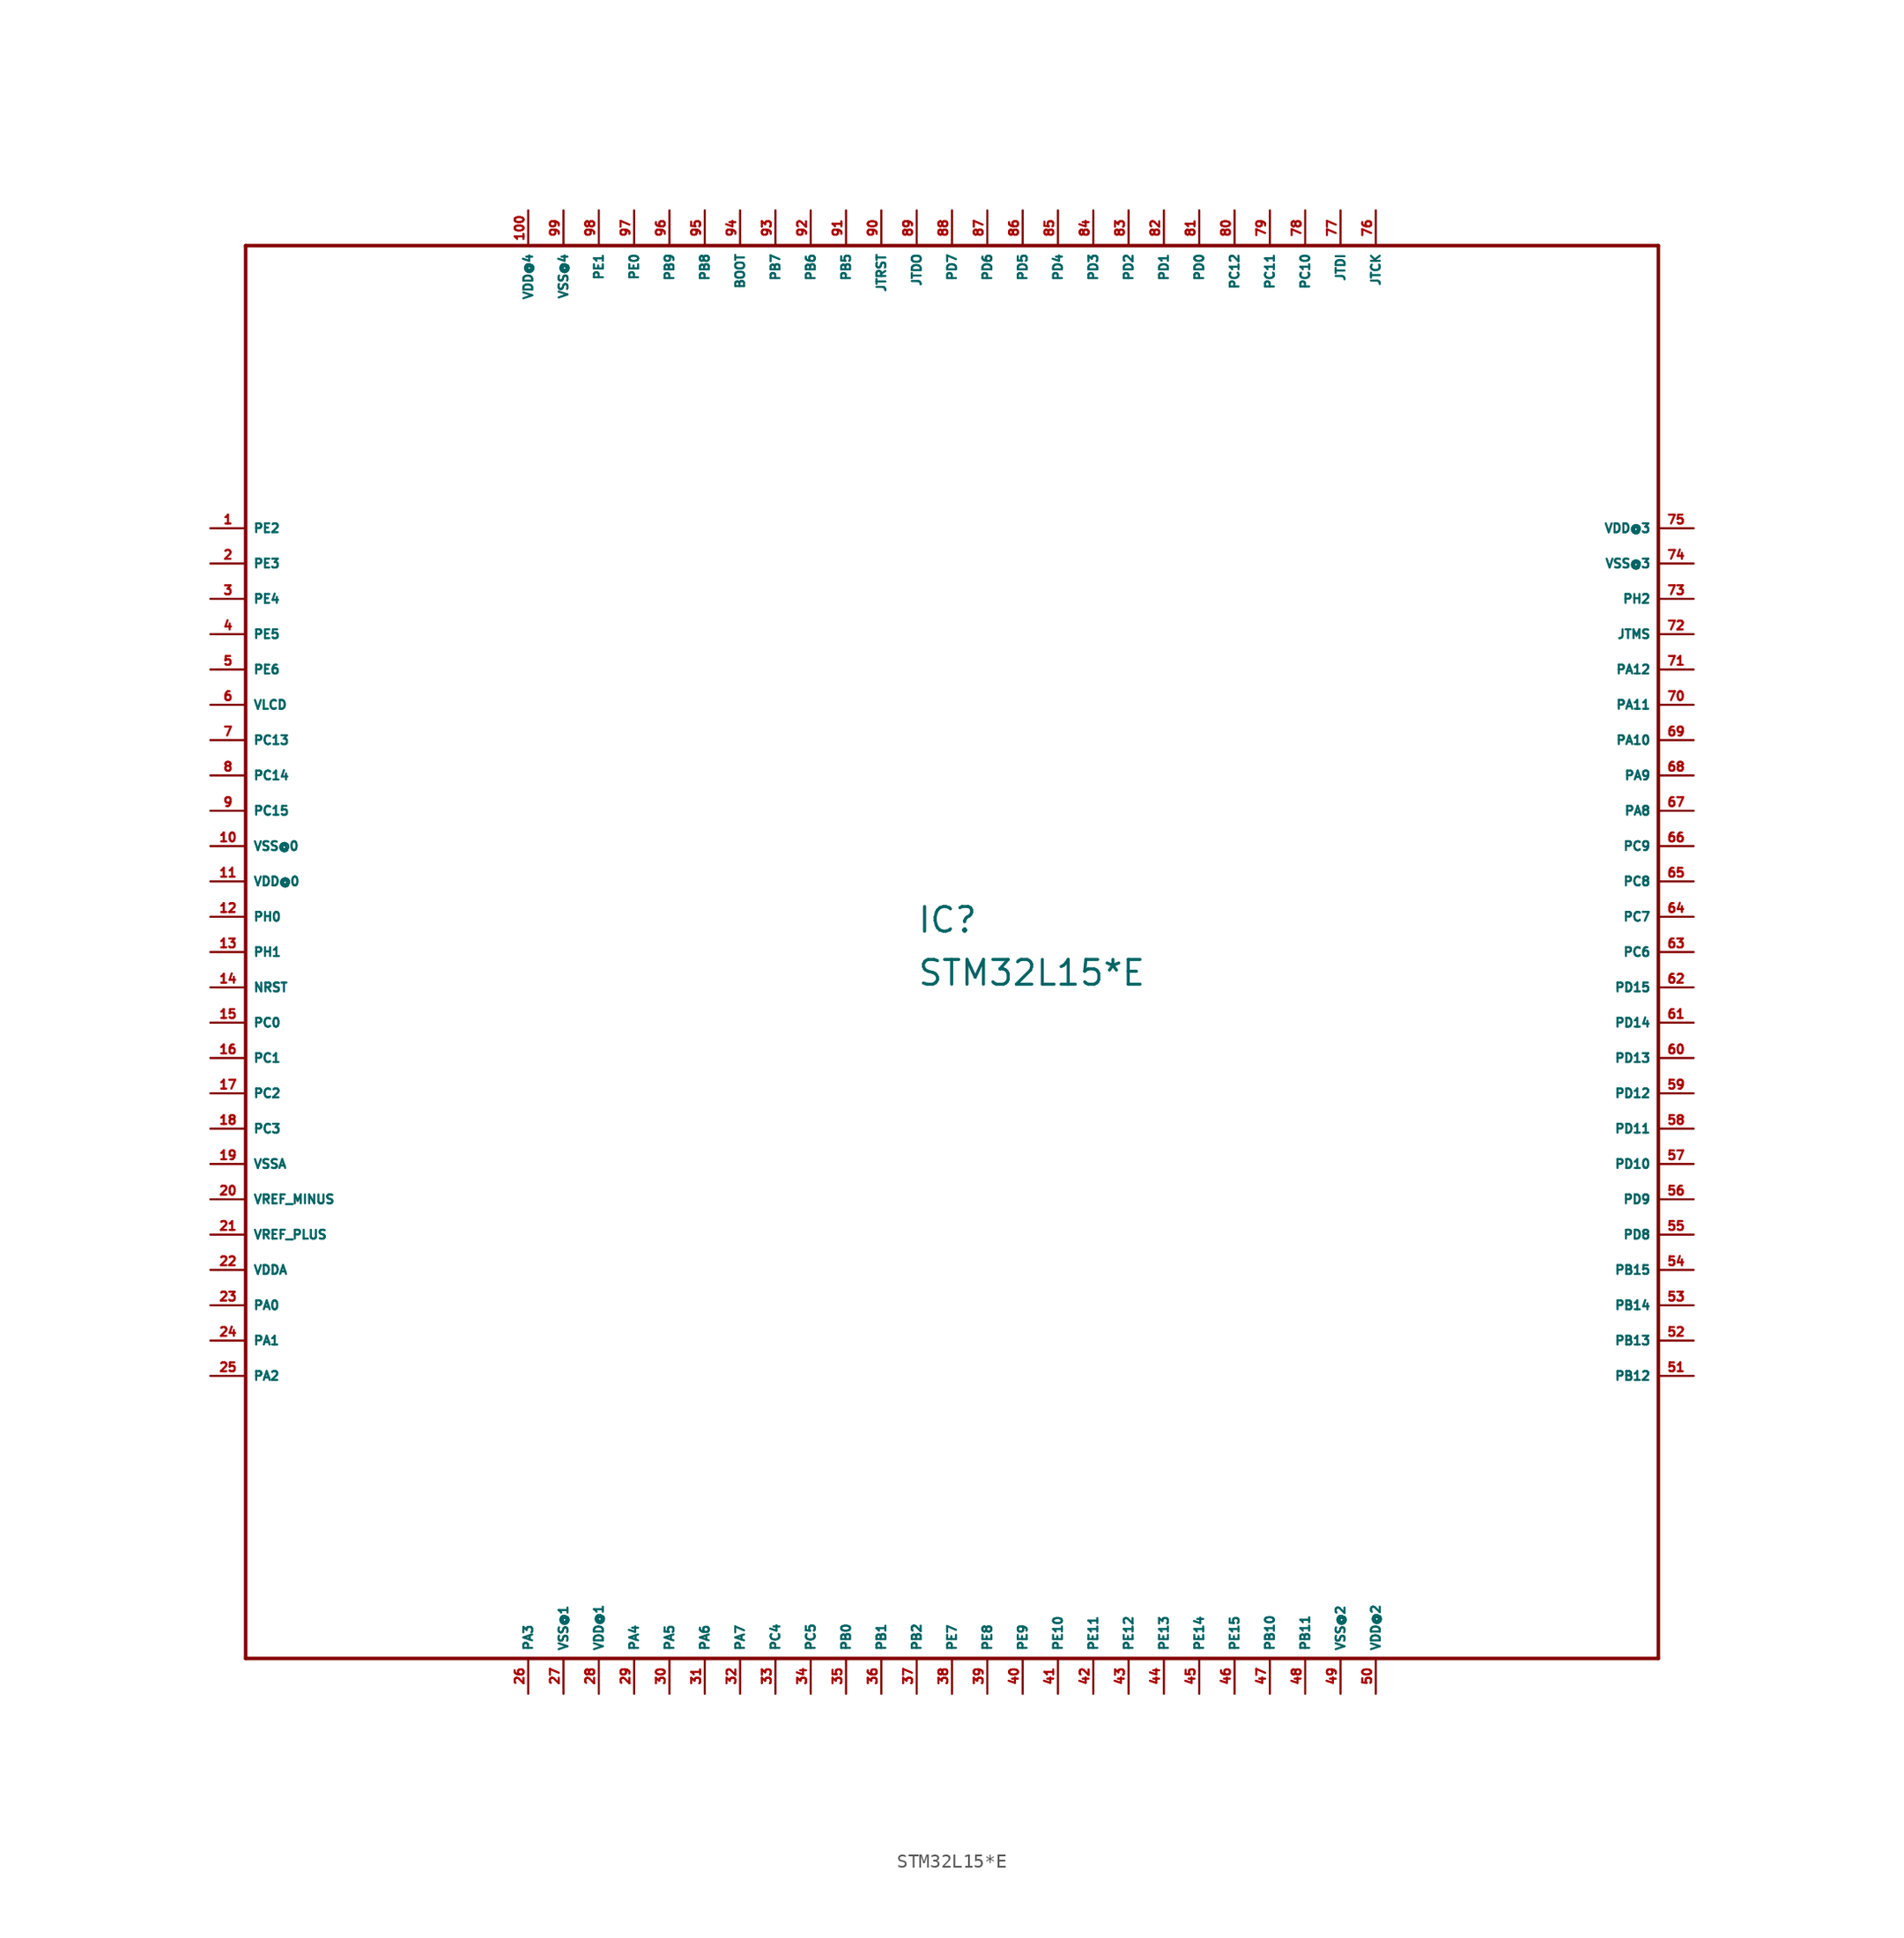
<source format=kicad_sym>
(kicad_symbol_lib
  (version 20220914)
  (generator Eagle2Kicad)
  (symbol "STM32L15*E"
    (property "Reference" "IC"
      (at -2.54 1.27 0)
      (effects (font (size 1.778 1.778) (thickness 0.22)) (justify left bottom)))
    (property "Value" "STM32L15*E"
      (at -2.54 -2.54 0)
      (effects (font (size 1.778 1.778) (thickness 0.22)) (justify left bottom)))
    (polyline
      (pts (xy -50.8 -50.8) (xy 50.8 -50.8))
      (stroke (width 0.254) (type default))
      (fill (type none)))
    (polyline
      (pts (xy 50.8 -50.8) (xy 50.8 50.8))
      (stroke (width 0.254) (type default))
      (fill (type none)))
    (polyline
      (pts (xy 50.8 50.8) (xy -50.8 50.8))
      (stroke (width 0.254) (type default))
      (fill (type none)))
    (polyline
      (pts (xy -50.8 50.8) (xy -50.8 -50.8))
      (stroke (width 0.254) (type default))
      (fill (type none)))
    (pin bidirectional line
      (at -53.34 30.48 0)
      (length 2.54)
      (name "PE2" (effects (font (size 0.635 0.635) (thickness 0.08)) (justify left bottom)))
      (number "1" (effects (font (size 0.635 0.635) (thickness 0.08)) (justify left bottom))))
    (pin bidirectional line
      (at -53.34 27.94 0)
      (length 2.54)
      (name "PE3" (effects (font (size 0.635 0.635) (thickness 0.08)) (justify left bottom)))
      (number "2" (effects (font (size 0.635 0.635) (thickness 0.08)) (justify left bottom))))
    (pin bidirectional line
      (at -53.34 25.4 0)
      (length 2.54)
      (name "PE4" (effects (font (size 0.635 0.635) (thickness 0.08)) (justify left bottom)))
      (number "3" (effects (font (size 0.635 0.635) (thickness 0.08)) (justify left bottom))))
    (pin bidirectional line
      (at -53.34 22.86 0)
      (length 2.54)
      (name "PE5" (effects (font (size 0.635 0.635) (thickness 0.08)) (justify left bottom)))
      (number "4" (effects (font (size 0.635 0.635) (thickness 0.08)) (justify left bottom))))
    (pin bidirectional line
      (at -53.34 20.32 0)
      (length 2.54)
      (name "PE6" (effects (font (size 0.635 0.635) (thickness 0.08)) (justify left bottom)))
      (number "5" (effects (font (size 0.635 0.635) (thickness 0.08)) (justify left bottom))))
    (pin passive line
      (at -53.34 17.78 0)
      (length 2.54)
      (name "VLCD" (effects (font (size 0.635 0.635) (thickness 0.08)) (justify left bottom)))
      (number "6" (effects (font (size 0.635 0.635) (thickness 0.08)) (justify left bottom))))
    (pin bidirectional line
      (at -53.34 15.24 0)
      (length 2.54)
      (name "PC13" (effects (font (size 0.635 0.635) (thickness 0.08)) (justify left bottom)))
      (number "7" (effects (font (size 0.635 0.635) (thickness 0.08)) (justify left bottom))))
    (pin bidirectional line
      (at -53.34 12.7 0)
      (length 2.54)
      (name "PC14" (effects (font (size 0.635 0.635) (thickness 0.08)) (justify left bottom)))
      (number "8" (effects (font (size 0.635 0.635) (thickness 0.08)) (justify left bottom))))
    (pin bidirectional line
      (at -53.34 10.16 0)
      (length 2.54)
      (name "PC15" (effects (font (size 0.635 0.635) (thickness 0.08)) (justify left bottom)))
      (number "9" (effects (font (size 0.635 0.635) (thickness 0.08)) (justify left bottom))))
    (pin unspecified line
      (at -53.34 7.62 0)
      (length 2.54)
      (name "VSS@0" (effects (font (size 0.635 0.635) (thickness 0.08)) (justify left bottom)))
      (number "10" (effects (font (size 0.635 0.635) (thickness 0.08)) (justify left bottom))))
    (pin unspecified line
      (at -53.34 5.08 0)
      (length 2.54)
      (name "VDD@0" (effects (font (size 0.635 0.635) (thickness 0.08)) (justify left bottom)))
      (number "11" (effects (font (size 0.635 0.635) (thickness 0.08)) (justify left bottom))))
    (pin bidirectional line
      (at -53.34 2.54 0)
      (length 2.54)
      (name "PH0" (effects (font (size 0.635 0.635) (thickness 0.08)) (justify left bottom)))
      (number "12" (effects (font (size 0.635 0.635) (thickness 0.08)) (justify left bottom))))
    (pin bidirectional line
      (at -53.34 0 0)
      (length 2.54)
      (name "PH1" (effects (font (size 0.635 0.635) (thickness 0.08)) (justify left bottom)))
      (number "13" (effects (font (size 0.635 0.635) (thickness 0.08)) (justify left bottom))))
    (pin input line
      (at -53.34 -2.54 0)
      (length 2.54)
      (name "NRST" (effects (font (size 0.635 0.635) (thickness 0.08)) (justify left bottom)))
      (number "14" (effects (font (size 0.635 0.635) (thickness 0.08)) (justify left bottom))))
    (pin bidirectional line
      (at -53.34 -5.08 0)
      (length 2.54)
      (name "PC0" (effects (font (size 0.635 0.635) (thickness 0.08)) (justify left bottom)))
      (number "15" (effects (font (size 0.635 0.635) (thickness 0.08)) (justify left bottom))))
    (pin bidirectional line
      (at -53.34 -7.62 0)
      (length 2.54)
      (name "PC1" (effects (font (size 0.635 0.635) (thickness 0.08)) (justify left bottom)))
      (number "16" (effects (font (size 0.635 0.635) (thickness 0.08)) (justify left bottom))))
    (pin bidirectional line
      (at -53.34 -10.16 0)
      (length 2.54)
      (name "PC2" (effects (font (size 0.635 0.635) (thickness 0.08)) (justify left bottom)))
      (number "17" (effects (font (size 0.635 0.635) (thickness 0.08)) (justify left bottom))))
    (pin bidirectional line
      (at -53.34 -12.7 0)
      (length 2.54)
      (name "PC3" (effects (font (size 0.635 0.635) (thickness 0.08)) (justify left bottom)))
      (number "18" (effects (font (size 0.635 0.635) (thickness 0.08)) (justify left bottom))))
    (pin unspecified line
      (at -53.34 -15.24 0)
      (length 2.54)
      (name "VSSA" (effects (font (size 0.635 0.635) (thickness 0.08)) (justify left bottom)))
      (number "19" (effects (font (size 0.635 0.635) (thickness 0.08)) (justify left bottom))))
    (pin passive line
      (at -53.34 -17.78 0)
      (length 2.54)
      (name "VREF_MINUS" (effects (font (size 0.635 0.635) (thickness 0.08)) (justify left bottom)))
      (number "20" (effects (font (size 0.635 0.635) (thickness 0.08)) (justify left bottom))))
    (pin passive line
      (at -53.34 -20.32 0)
      (length 2.54)
      (name "VREF_PLUS" (effects (font (size 0.635 0.635) (thickness 0.08)) (justify left bottom)))
      (number "21" (effects (font (size 0.635 0.635) (thickness 0.08)) (justify left bottom))))
    (pin unspecified line
      (at -53.34 -22.86 0)
      (length 2.54)
      (name "VDDA" (effects (font (size 0.635 0.635) (thickness 0.08)) (justify left bottom)))
      (number "22" (effects (font (size 0.635 0.635) (thickness 0.08)) (justify left bottom))))
    (pin bidirectional line
      (at -53.34 -25.4 0)
      (length 2.54)
      (name "PA0" (effects (font (size 0.635 0.635) (thickness 0.08)) (justify left bottom)))
      (number "23" (effects (font (size 0.635 0.635) (thickness 0.08)) (justify left bottom))))
    (pin bidirectional line
      (at -53.34 -27.94 0)
      (length 2.54)
      (name "PA1" (effects (font (size 0.635 0.635) (thickness 0.08)) (justify left bottom)))
      (number "24" (effects (font (size 0.635 0.635) (thickness 0.08)) (justify left bottom))))
    (pin bidirectional line
      (at -53.34 -30.48 0)
      (length 2.54)
      (name "PA2" (effects (font (size 0.635 0.635) (thickness 0.08)) (justify left bottom)))
      (number "25" (effects (font (size 0.635 0.635) (thickness 0.08)) (justify left bottom))))
    (pin bidirectional line
      (at -30.48 -53.34 90)
      (length 2.54)
      (name "PA3" (effects (font (size 0.635 0.635) (thickness 0.08)) (justify left bottom)))
      (number "26" (effects (font (size 0.635 0.635) (thickness 0.08)) (justify left bottom))))
    (pin unspecified line
      (at -27.94 -53.34 90)
      (length 2.54)
      (name "VSS@1" (effects (font (size 0.635 0.635) (thickness 0.08)) (justify left bottom)))
      (number "27" (effects (font (size 0.635 0.635) (thickness 0.08)) (justify left bottom))))
    (pin unspecified line
      (at -25.4 -53.34 90)
      (length 2.54)
      (name "VDD@1" (effects (font (size 0.635 0.635) (thickness 0.08)) (justify left bottom)))
      (number "28" (effects (font (size 0.635 0.635) (thickness 0.08)) (justify left bottom))))
    (pin bidirectional line
      (at -22.86 -53.34 90)
      (length 2.54)
      (name "PA4" (effects (font (size 0.635 0.635) (thickness 0.08)) (justify left bottom)))
      (number "29" (effects (font (size 0.635 0.635) (thickness 0.08)) (justify left bottom))))
    (pin bidirectional line
      (at -20.32 -53.34 90)
      (length 2.54)
      (name "PA5" (effects (font (size 0.635 0.635) (thickness 0.08)) (justify left bottom)))
      (number "30" (effects (font (size 0.635 0.635) (thickness 0.08)) (justify left bottom))))
    (pin bidirectional line
      (at -17.78 -53.34 90)
      (length 2.54)
      (name "PA6" (effects (font (size 0.635 0.635) (thickness 0.08)) (justify left bottom)))
      (number "31" (effects (font (size 0.635 0.635) (thickness 0.08)) (justify left bottom))))
    (pin bidirectional line
      (at -15.24 -53.34 90)
      (length 2.54)
      (name "PA7" (effects (font (size 0.635 0.635) (thickness 0.08)) (justify left bottom)))
      (number "32" (effects (font (size 0.635 0.635) (thickness 0.08)) (justify left bottom))))
    (pin bidirectional line
      (at -12.7 -53.34 90)
      (length 2.54)
      (name "PC4" (effects (font (size 0.635 0.635) (thickness 0.08)) (justify left bottom)))
      (number "33" (effects (font (size 0.635 0.635) (thickness 0.08)) (justify left bottom))))
    (pin bidirectional line
      (at -10.16 -53.34 90)
      (length 2.54)
      (name "PC5" (effects (font (size 0.635 0.635) (thickness 0.08)) (justify left bottom)))
      (number "34" (effects (font (size 0.635 0.635) (thickness 0.08)) (justify left bottom))))
    (pin bidirectional line
      (at -7.62 -53.34 90)
      (length 2.54)
      (name "PB0" (effects (font (size 0.635 0.635) (thickness 0.08)) (justify left bottom)))
      (number "35" (effects (font (size 0.635 0.635) (thickness 0.08)) (justify left bottom))))
    (pin bidirectional line
      (at -5.08 -53.34 90)
      (length 2.54)
      (name "PB1" (effects (font (size 0.635 0.635) (thickness 0.08)) (justify left bottom)))
      (number "36" (effects (font (size 0.635 0.635) (thickness 0.08)) (justify left bottom))))
    (pin bidirectional line
      (at -2.54 -53.34 90)
      (length 2.54)
      (name "PB2" (effects (font (size 0.635 0.635) (thickness 0.08)) (justify left bottom)))
      (number "37" (effects (font (size 0.635 0.635) (thickness 0.08)) (justify left bottom))))
    (pin bidirectional line
      (at 0 -53.34 90)
      (length 2.54)
      (name "PE7" (effects (font (size 0.635 0.635) (thickness 0.08)) (justify left bottom)))
      (number "38" (effects (font (size 0.635 0.635) (thickness 0.08)) (justify left bottom))))
    (pin bidirectional line
      (at 2.54 -53.34 90)
      (length 2.54)
      (name "PE8" (effects (font (size 0.635 0.635) (thickness 0.08)) (justify left bottom)))
      (number "39" (effects (font (size 0.635 0.635) (thickness 0.08)) (justify left bottom))))
    (pin bidirectional line
      (at 5.08 -53.34 90)
      (length 2.54)
      (name "PE9" (effects (font (size 0.635 0.635) (thickness 0.08)) (justify left bottom)))
      (number "40" (effects (font (size 0.635 0.635) (thickness 0.08)) (justify left bottom))))
    (pin bidirectional line
      (at 7.62 -53.34 90)
      (length 2.54)
      (name "PE10" (effects (font (size 0.635 0.635) (thickness 0.08)) (justify left bottom)))
      (number "41" (effects (font (size 0.635 0.635) (thickness 0.08)) (justify left bottom))))
    (pin bidirectional line
      (at 10.16 -53.34 90)
      (length 2.54)
      (name "PE11" (effects (font (size 0.635 0.635) (thickness 0.08)) (justify left bottom)))
      (number "42" (effects (font (size 0.635 0.635) (thickness 0.08)) (justify left bottom))))
    (pin bidirectional line
      (at 12.7 -53.34 90)
      (length 2.54)
      (name "PE12" (effects (font (size 0.635 0.635) (thickness 0.08)) (justify left bottom)))
      (number "43" (effects (font (size 0.635 0.635) (thickness 0.08)) (justify left bottom))))
    (pin bidirectional line
      (at 15.24 -53.34 90)
      (length 2.54)
      (name "PE13" (effects (font (size 0.635 0.635) (thickness 0.08)) (justify left bottom)))
      (number "44" (effects (font (size 0.635 0.635) (thickness 0.08)) (justify left bottom))))
    (pin bidirectional line
      (at 17.78 -53.34 90)
      (length 2.54)
      (name "PE14" (effects (font (size 0.635 0.635) (thickness 0.08)) (justify left bottom)))
      (number "45" (effects (font (size 0.635 0.635) (thickness 0.08)) (justify left bottom))))
    (pin bidirectional line
      (at 20.32 -53.34 90)
      (length 2.54)
      (name "PE15" (effects (font (size 0.635 0.635) (thickness 0.08)) (justify left bottom)))
      (number "46" (effects (font (size 0.635 0.635) (thickness 0.08)) (justify left bottom))))
    (pin bidirectional line
      (at 22.86 -53.34 90)
      (length 2.54)
      (name "PB10" (effects (font (size 0.635 0.635) (thickness 0.08)) (justify left bottom)))
      (number "47" (effects (font (size 0.635 0.635) (thickness 0.08)) (justify left bottom))))
    (pin bidirectional line
      (at 25.4 -53.34 90)
      (length 2.54)
      (name "PB11" (effects (font (size 0.635 0.635) (thickness 0.08)) (justify left bottom)))
      (number "48" (effects (font (size 0.635 0.635) (thickness 0.08)) (justify left bottom))))
    (pin unspecified line
      (at 27.94 -53.34 90)
      (length 2.54)
      (name "VSS@2" (effects (font (size 0.635 0.635) (thickness 0.08)) (justify left bottom)))
      (number "49" (effects (font (size 0.635 0.635) (thickness 0.08)) (justify left bottom))))
    (pin unspecified line
      (at 30.48 -53.34 90)
      (length 2.54)
      (name "VDD@2" (effects (font (size 0.635 0.635) (thickness 0.08)) (justify left bottom)))
      (number "50" (effects (font (size 0.635 0.635) (thickness 0.08)) (justify left bottom))))
    (pin bidirectional line
      (at 53.34 -30.48 180)
      (length 2.54)
      (name "PB12" (effects (font (size 0.635 0.635) (thickness 0.08)) (justify left bottom)))
      (number "51" (effects (font (size 0.635 0.635) (thickness 0.08)) (justify left bottom))))
    (pin bidirectional line
      (at 53.34 -27.94 180)
      (length 2.54)
      (name "PB13" (effects (font (size 0.635 0.635) (thickness 0.08)) (justify left bottom)))
      (number "52" (effects (font (size 0.635 0.635) (thickness 0.08)) (justify left bottom))))
    (pin bidirectional line
      (at 53.34 -25.4 180)
      (length 2.54)
      (name "PB14" (effects (font (size 0.635 0.635) (thickness 0.08)) (justify left bottom)))
      (number "53" (effects (font (size 0.635 0.635) (thickness 0.08)) (justify left bottom))))
    (pin bidirectional line
      (at 53.34 -22.86 180)
      (length 2.54)
      (name "PB15" (effects (font (size 0.635 0.635) (thickness 0.08)) (justify left bottom)))
      (number "54" (effects (font (size 0.635 0.635) (thickness 0.08)) (justify left bottom))))
    (pin bidirectional line
      (at 53.34 -20.32 180)
      (length 2.54)
      (name "PD8" (effects (font (size 0.635 0.635) (thickness 0.08)) (justify left bottom)))
      (number "55" (effects (font (size 0.635 0.635) (thickness 0.08)) (justify left bottom))))
    (pin bidirectional line
      (at 53.34 -17.78 180)
      (length 2.54)
      (name "PD9" (effects (font (size 0.635 0.635) (thickness 0.08)) (justify left bottom)))
      (number "56" (effects (font (size 0.635 0.635) (thickness 0.08)) (justify left bottom))))
    (pin bidirectional line
      (at 53.34 -15.24 180)
      (length 2.54)
      (name "PD10" (effects (font (size 0.635 0.635) (thickness 0.08)) (justify left bottom)))
      (number "57" (effects (font (size 0.635 0.635) (thickness 0.08)) (justify left bottom))))
    (pin bidirectional line
      (at 53.34 -12.7 180)
      (length 2.54)
      (name "PD11" (effects (font (size 0.635 0.635) (thickness 0.08)) (justify left bottom)))
      (number "58" (effects (font (size 0.635 0.635) (thickness 0.08)) (justify left bottom))))
    (pin bidirectional line
      (at 53.34 -10.16 180)
      (length 2.54)
      (name "PD12" (effects (font (size 0.635 0.635) (thickness 0.08)) (justify left bottom)))
      (number "59" (effects (font (size 0.635 0.635) (thickness 0.08)) (justify left bottom))))
    (pin bidirectional line
      (at 53.34 -7.62 180)
      (length 2.54)
      (name "PD13" (effects (font (size 0.635 0.635) (thickness 0.08)) (justify left bottom)))
      (number "60" (effects (font (size 0.635 0.635) (thickness 0.08)) (justify left bottom))))
    (pin bidirectional line
      (at 53.34 -5.08 180)
      (length 2.54)
      (name "PD14" (effects (font (size 0.635 0.635) (thickness 0.08)) (justify left bottom)))
      (number "61" (effects (font (size 0.635 0.635) (thickness 0.08)) (justify left bottom))))
    (pin bidirectional line
      (at 53.34 -2.54 180)
      (length 2.54)
      (name "PD15" (effects (font (size 0.635 0.635) (thickness 0.08)) (justify left bottom)))
      (number "62" (effects (font (size 0.635 0.635) (thickness 0.08)) (justify left bottom))))
    (pin bidirectional line
      (at 53.34 0 180)
      (length 2.54)
      (name "PC6" (effects (font (size 0.635 0.635) (thickness 0.08)) (justify left bottom)))
      (number "63" (effects (font (size 0.635 0.635) (thickness 0.08)) (justify left bottom))))
    (pin bidirectional line
      (at 53.34 2.54 180)
      (length 2.54)
      (name "PC7" (effects (font (size 0.635 0.635) (thickness 0.08)) (justify left bottom)))
      (number "64" (effects (font (size 0.635 0.635) (thickness 0.08)) (justify left bottom))))
    (pin bidirectional line
      (at 53.34 5.08 180)
      (length 2.54)
      (name "PC8" (effects (font (size 0.635 0.635) (thickness 0.08)) (justify left bottom)))
      (number "65" (effects (font (size 0.635 0.635) (thickness 0.08)) (justify left bottom))))
    (pin bidirectional line
      (at 53.34 7.62 180)
      (length 2.54)
      (name "PC9" (effects (font (size 0.635 0.635) (thickness 0.08)) (justify left bottom)))
      (number "66" (effects (font (size 0.635 0.635) (thickness 0.08)) (justify left bottom))))
    (pin bidirectional line
      (at 53.34 10.16 180)
      (length 2.54)
      (name "PA8" (effects (font (size 0.635 0.635) (thickness 0.08)) (justify left bottom)))
      (number "67" (effects (font (size 0.635 0.635) (thickness 0.08)) (justify left bottom))))
    (pin bidirectional line
      (at 53.34 12.7 180)
      (length 2.54)
      (name "PA9" (effects (font (size 0.635 0.635) (thickness 0.08)) (justify left bottom)))
      (number "68" (effects (font (size 0.635 0.635) (thickness 0.08)) (justify left bottom))))
    (pin bidirectional line
      (at 53.34 15.24 180)
      (length 2.54)
      (name "PA10" (effects (font (size 0.635 0.635) (thickness 0.08)) (justify left bottom)))
      (number "69" (effects (font (size 0.635 0.635) (thickness 0.08)) (justify left bottom))))
    (pin bidirectional line
      (at 53.34 17.78 180)
      (length 2.54)
      (name "PA11" (effects (font (size 0.635 0.635) (thickness 0.08)) (justify left bottom)))
      (number "70" (effects (font (size 0.635 0.635) (thickness 0.08)) (justify left bottom))))
    (pin bidirectional line
      (at 53.34 20.32 180)
      (length 2.54)
      (name "PA12" (effects (font (size 0.635 0.635) (thickness 0.08)) (justify left bottom)))
      (number "71" (effects (font (size 0.635 0.635) (thickness 0.08)) (justify left bottom))))
    (pin input line
      (at 53.34 22.86 180)
      (length 2.54)
      (name "JTMS" (effects (font (size 0.635 0.635) (thickness 0.08)) (justify left bottom)))
      (number "72" (effects (font (size 0.635 0.635) (thickness 0.08)) (justify left bottom))))
    (pin bidirectional line
      (at 53.34 25.4 180)
      (length 2.54)
      (name "PH2" (effects (font (size 0.635 0.635) (thickness 0.08)) (justify left bottom)))
      (number "73" (effects (font (size 0.635 0.635) (thickness 0.08)) (justify left bottom))))
    (pin unspecified line
      (at 53.34 27.94 180)
      (length 2.54)
      (name "VSS@3" (effects (font (size 0.635 0.635) (thickness 0.08)) (justify left bottom)))
      (number "74" (effects (font (size 0.635 0.635) (thickness 0.08)) (justify left bottom))))
    (pin unspecified line
      (at 53.34 30.48 180)
      (length 2.54)
      (name "VDD@3" (effects (font (size 0.635 0.635) (thickness 0.08)) (justify left bottom)))
      (number "75" (effects (font (size 0.635 0.635) (thickness 0.08)) (justify left bottom))))
    (pin input line
      (at 30.48 53.34 270)
      (length 2.54)
      (name "JTCK" (effects (font (size 0.635 0.635) (thickness 0.08)) (justify left bottom)))
      (number "76" (effects (font (size 0.635 0.635) (thickness 0.08)) (justify left bottom))))
    (pin input line
      (at 27.94 53.34 270)
      (length 2.54)
      (name "JTDI" (effects (font (size 0.635 0.635) (thickness 0.08)) (justify left bottom)))
      (number "77" (effects (font (size 0.635 0.635) (thickness 0.08)) (justify left bottom))))
    (pin bidirectional line
      (at 25.4 53.34 270)
      (length 2.54)
      (name "PC10" (effects (font (size 0.635 0.635) (thickness 0.08)) (justify left bottom)))
      (number "78" (effects (font (size 0.635 0.635) (thickness 0.08)) (justify left bottom))))
    (pin bidirectional line
      (at 22.86 53.34 270)
      (length 2.54)
      (name "PC11" (effects (font (size 0.635 0.635) (thickness 0.08)) (justify left bottom)))
      (number "79" (effects (font (size 0.635 0.635) (thickness 0.08)) (justify left bottom))))
    (pin bidirectional line
      (at 20.32 53.34 270)
      (length 2.54)
      (name "PC12" (effects (font (size 0.635 0.635) (thickness 0.08)) (justify left bottom)))
      (number "80" (effects (font (size 0.635 0.635) (thickness 0.08)) (justify left bottom))))
    (pin bidirectional line
      (at 17.78 53.34 270)
      (length 2.54)
      (name "PD0" (effects (font (size 0.635 0.635) (thickness 0.08)) (justify left bottom)))
      (number "81" (effects (font (size 0.635 0.635) (thickness 0.08)) (justify left bottom))))
    (pin bidirectional line
      (at 15.24 53.34 270)
      (length 2.54)
      (name "PD1" (effects (font (size 0.635 0.635) (thickness 0.08)) (justify left bottom)))
      (number "82" (effects (font (size 0.635 0.635) (thickness 0.08)) (justify left bottom))))
    (pin bidirectional line
      (at 12.7 53.34 270)
      (length 2.54)
      (name "PD2" (effects (font (size 0.635 0.635) (thickness 0.08)) (justify left bottom)))
      (number "83" (effects (font (size 0.635 0.635) (thickness 0.08)) (justify left bottom))))
    (pin bidirectional line
      (at 10.16 53.34 270)
      (length 2.54)
      (name "PD3" (effects (font (size 0.635 0.635) (thickness 0.08)) (justify left bottom)))
      (number "84" (effects (font (size 0.635 0.635) (thickness 0.08)) (justify left bottom))))
    (pin bidirectional line
      (at 7.62 53.34 270)
      (length 2.54)
      (name "PD4" (effects (font (size 0.635 0.635) (thickness 0.08)) (justify left bottom)))
      (number "85" (effects (font (size 0.635 0.635) (thickness 0.08)) (justify left bottom))))
    (pin bidirectional line
      (at 5.08 53.34 270)
      (length 2.54)
      (name "PD5" (effects (font (size 0.635 0.635) (thickness 0.08)) (justify left bottom)))
      (number "86" (effects (font (size 0.635 0.635) (thickness 0.08)) (justify left bottom))))
    (pin bidirectional line
      (at 2.54 53.34 270)
      (length 2.54)
      (name "PD6" (effects (font (size 0.635 0.635) (thickness 0.08)) (justify left bottom)))
      (number "87" (effects (font (size 0.635 0.635) (thickness 0.08)) (justify left bottom))))
    (pin bidirectional line
      (at 0 53.34 270)
      (length 2.54)
      (name "PD7" (effects (font (size 0.635 0.635) (thickness 0.08)) (justify left bottom)))
      (number "88" (effects (font (size 0.635 0.635) (thickness 0.08)) (justify left bottom))))
    (pin output line
      (at -2.54 53.34 270)
      (length 2.54)
      (name "JTDO" (effects (font (size 0.635 0.635) (thickness 0.08)) (justify left bottom)))
      (number "89" (effects (font (size 0.635 0.635) (thickness 0.08)) (justify left bottom))))
    (pin input line
      (at -5.08 53.34 270)
      (length 2.54)
      (name "JTRST" (effects (font (size 0.635 0.635) (thickness 0.08)) (justify left bottom)))
      (number "90" (effects (font (size 0.635 0.635) (thickness 0.08)) (justify left bottom))))
    (pin bidirectional line
      (at -7.62 53.34 270)
      (length 2.54)
      (name "PB5" (effects (font (size 0.635 0.635) (thickness 0.08)) (justify left bottom)))
      (number "91" (effects (font (size 0.635 0.635) (thickness 0.08)) (justify left bottom))))
    (pin bidirectional line
      (at -10.16 53.34 270)
      (length 2.54)
      (name "PB6" (effects (font (size 0.635 0.635) (thickness 0.08)) (justify left bottom)))
      (number "92" (effects (font (size 0.635 0.635) (thickness 0.08)) (justify left bottom))))
    (pin bidirectional line
      (at -12.7 53.34 270)
      (length 2.54)
      (name "PB7" (effects (font (size 0.635 0.635) (thickness 0.08)) (justify left bottom)))
      (number "93" (effects (font (size 0.635 0.635) (thickness 0.08)) (justify left bottom))))
    (pin input line
      (at -15.24 53.34 270)
      (length 2.54)
      (name "BOOT" (effects (font (size 0.635 0.635) (thickness 0.08)) (justify left bottom)))
      (number "94" (effects (font (size 0.635 0.635) (thickness 0.08)) (justify left bottom))))
    (pin bidirectional line
      (at -17.78 53.34 270)
      (length 2.54)
      (name "PB8" (effects (font (size 0.635 0.635) (thickness 0.08)) (justify left bottom)))
      (number "95" (effects (font (size 0.635 0.635) (thickness 0.08)) (justify left bottom))))
    (pin bidirectional line
      (at -20.32 53.34 270)
      (length 2.54)
      (name "PB9" (effects (font (size 0.635 0.635) (thickness 0.08)) (justify left bottom)))
      (number "96" (effects (font (size 0.635 0.635) (thickness 0.08)) (justify left bottom))))
    (pin bidirectional line
      (at -22.86 53.34 270)
      (length 2.54)
      (name "PE0" (effects (font (size 0.635 0.635) (thickness 0.08)) (justify left bottom)))
      (number "97" (effects (font (size 0.635 0.635) (thickness 0.08)) (justify left bottom))))
    (pin bidirectional line
      (at -25.4 53.34 270)
      (length 2.54)
      (name "PE1" (effects (font (size 0.635 0.635) (thickness 0.08)) (justify left bottom)))
      (number "98" (effects (font (size 0.635 0.635) (thickness 0.08)) (justify left bottom))))
    (pin unspecified line
      (at -27.94 53.34 270)
      (length 2.54)
      (name "VSS@4" (effects (font (size 0.635 0.635) (thickness 0.08)) (justify left bottom)))
      (number "99" (effects (font (size 0.635 0.635) (thickness 0.08)) (justify left bottom))))
    (pin unspecified line
      (at -30.48 53.34 270)
      (length 2.54)
      (name "VDD@4" (effects (font (size 0.635 0.635) (thickness 0.08)) (justify left bottom)))
      (number "100" (effects (font (size 0.635 0.635) (thickness 0.08)) (justify left bottom))))))
</source>
